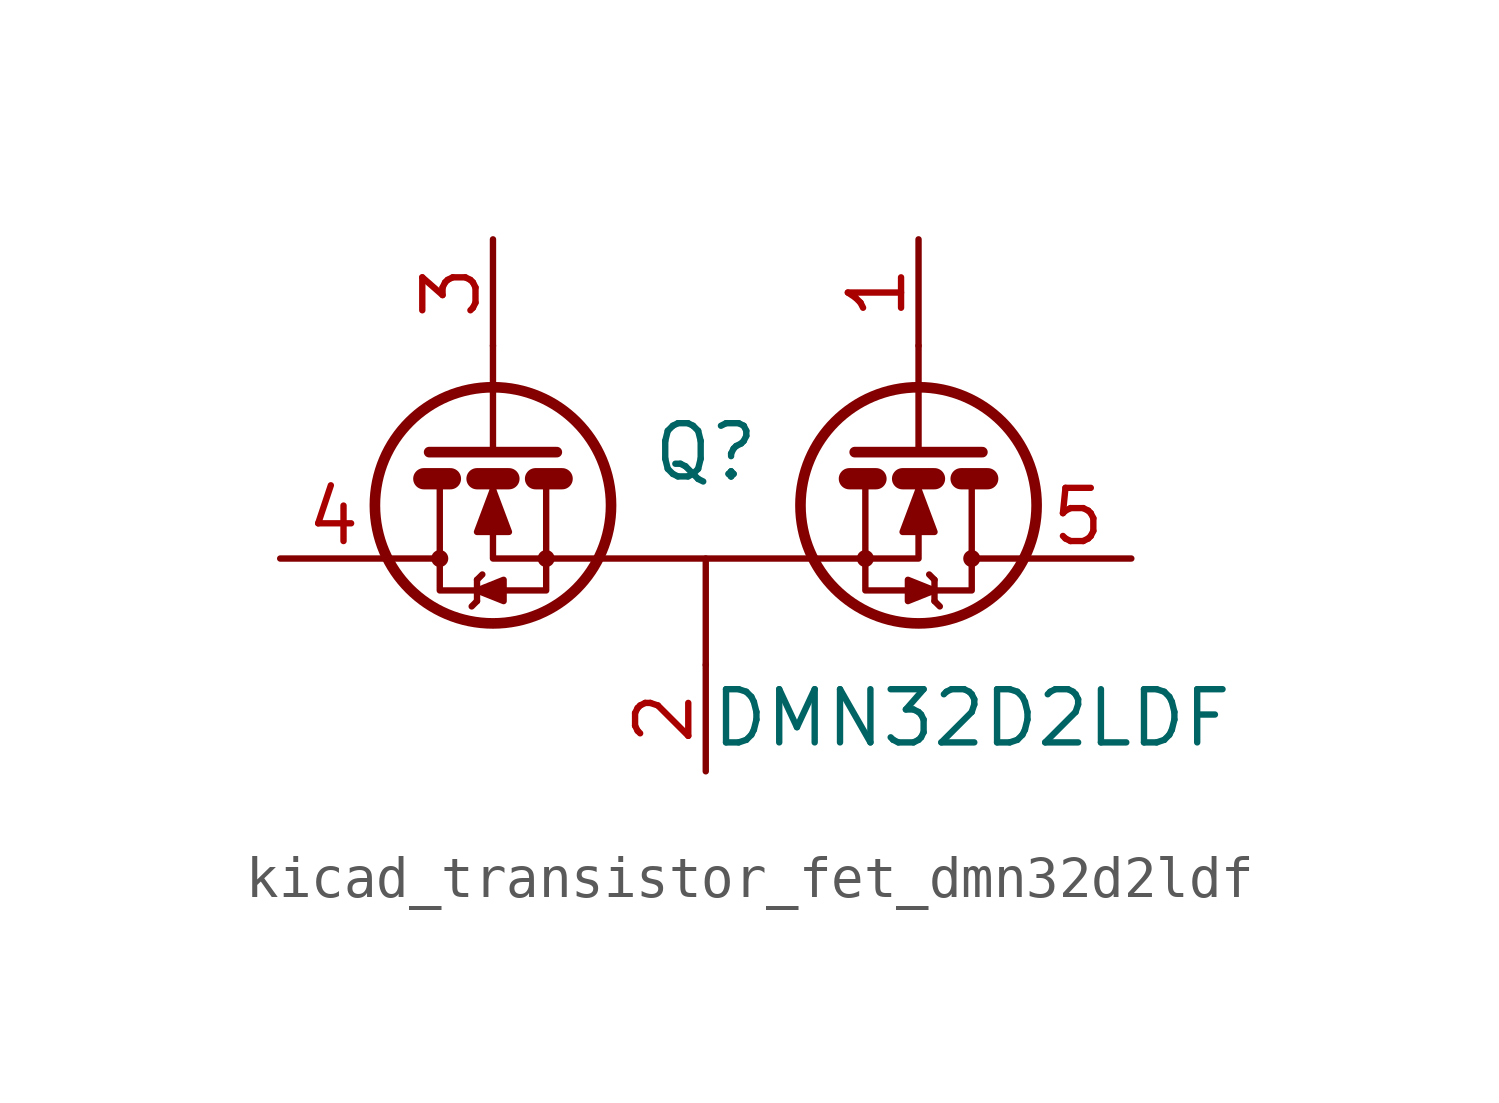
<source format=kicad_sym>
(kicad_symbol_lib
  (version 20220914)
  (generator kicad_symbol_editor)
  (symbol "kicad_transistor_fet_dmn32d2ldf"
    (pin_names hide)
    (property "Reference" "Q"
      (at 0 2.54 0)
      (effects (font (size 1.27 1.27))))
    (property "Value" "DMN32D2LDF"
      (at 6.35 -3.81 0)
      (effects (font (size 1.27 1.27))))
    (symbol "kicad_transistor_fet_dmn32d2ldf_0_1"
      (polyline (pts (xy -2.54 0) (xy 2.54 0)) (stroke (width 0) (type default)) (fill (type none)))
      (polyline (pts (xy 0 -2.54) (xy 0 0)) (stroke (width 0) (type default)) (fill (type none))))
    (symbol "kicad_transistor_fet_dmn32d2ldf_1_1"
      (circle (center -6.35 0) (radius 0.127) (stroke (width 0) (type default)) (fill (type none)))
      (circle (center -5.08 1.27) (radius 2.819) (stroke (width 0.254) (type default)) (fill (type none)))
      (circle (center -3.81 0) (radius 0.127) (stroke (width 0) (type default)) (fill (type none)))
      (polyline (pts (xy -6.731 1.905) (xy -6.096 1.905)) (stroke (width 0.508) (type default)) (fill (type none)))
      (polyline (pts (xy -5.461 -1.016) (xy -5.588 -1.143)) (stroke (width 0) (type default)) (fill (type none)))
      (polyline (pts (xy -5.461 -0.508) (xy -5.461 -1.016)) (stroke (width 0) (type default)) (fill (type none)))
      (polyline (pts (xy -5.461 -0.508) (xy -5.334 -0.381)) (stroke (width 0) (type default)) (fill (type none)))
      (polyline (pts (xy -5.461 1.905) (xy -4.699 1.905)) (stroke (width 0.508) (type default)) (fill (type none)))
      (polyline (pts (xy -5.08 2.54) (xy -5.08 5.08)) (stroke (width 0) (type default)) (fill (type none)))
      (polyline (pts (xy -4.064 1.905) (xy -3.429 1.905)) (stroke (width 0.508) (type default)) (fill (type none)))
      (polyline (pts (xy 4.064 1.905) (xy 3.429 1.905)) (stroke (width 0.508) (type default)) (fill (type none)))
      (polyline (pts (xy 5.08 2.54) (xy 5.08 5.08)) (stroke (width 0) (type default)) (fill (type none)))
      (polyline (pts (xy 5.461 -1.016) (xy 5.588 -1.143)) (stroke (width 0) (type default)) (fill (type none)))
      (polyline (pts (xy 5.461 -0.508) (xy 5.334 -0.381)) (stroke (width 0) (type default)) (fill (type none)))
      (polyline (pts (xy 5.461 -0.508) (xy 5.461 -1.016)) (stroke (width 0) (type default)) (fill (type none)))
      (polyline (pts (xy 5.461 1.905) (xy 4.699 1.905)) (stroke (width 0.508) (type default)) (fill (type none)))
      (polyline (pts (xy 6.731 1.905) (xy 6.096 1.905)) (stroke (width 0.508) (type default)) (fill (type none)))
      (polyline (pts (xy -6.604 2.54) (xy -3.556 2.54) (xy -3.556 2.54)) (stroke (width 0.254) (type default)) (fill (type none)))
      (polyline (pts (xy 6.604 2.54) (xy 3.556 2.54) (xy 3.556 2.54)) (stroke (width 0.254) (type default)) (fill (type none)))
      (polyline (pts (xy -6.35 0) (xy -6.35 -0.762) (xy -3.81 -0.762) (xy -3.81 0)) (stroke (width 0) (type default)) (fill (type none)))
      (polyline (pts (xy -6.35 1.778) (xy -6.35 0) (xy -7.62 0) (xy -7.62 0)) (stroke (width 0) (type default)) (fill (type none)))
      (polyline (pts (xy -5.461 -0.762) (xy -4.826 -0.508) (xy -4.826 -1.016) (xy -5.461 -0.762)) (stroke (width 0) (type default)) (fill (type outline)))
      (polyline (pts (xy -3.81 1.778) (xy -3.81 0) (xy -2.54 0) (xy -2.54 0)) (stroke (width 0) (type default)) (fill (type none)))
      (polyline (pts (xy 3.81 1.778) (xy 3.81 0) (xy 2.54 0) (xy 2.54 0)) (stroke (width 0) (type default)) (fill (type none)))
      (polyline (pts (xy 5.461 -0.762) (xy 4.826 -0.508) (xy 4.826 -1.016) (xy 5.461 -0.762)) (stroke (width 0) (type default)) (fill (type outline)))
      (polyline (pts (xy 6.35 0) (xy 6.35 -0.762) (xy 3.81 -0.762) (xy 3.81 0)) (stroke (width 0) (type default)) (fill (type none)))
      (polyline (pts (xy 6.35 1.778) (xy 6.35 0) (xy 7.62 0) (xy 7.62 0)) (stroke (width 0) (type default)) (fill (type none)))
      (polyline (pts (xy -5.08 1.778) (xy -5.08 1.27) (xy -5.08 0) (xy -3.81 0) (xy -3.81 0)) (stroke (width 0) (type default)) (fill (type none)))
      (polyline (pts (xy 5.08 1.778) (xy 5.08 1.27) (xy 5.08 0) (xy 3.81 0) (xy 3.81 0)) (stroke (width 0) (type default)) (fill (type none)))
      (polyline (pts (xy -5.08 1.651) (xy -5.461 0.635) (xy -4.699 0.635) (xy -5.08 1.651) (xy -5.08 1.524) (xy -5.08 1.524)) (stroke (width 0) (type default)) (fill (type outline)))
      (polyline (pts (xy 5.08 1.651) (xy 5.461 0.635) (xy 4.699 0.635) (xy 5.08 1.651) (xy 5.08 1.524) (xy 5.08 1.524)) (stroke (width 0) (type default)) (fill (type outline)))
      (circle (center 3.81 0) (radius 0.127) (stroke (width 0) (type default)) (fill (type none)))
      (circle (center 5.08 1.27) (radius 2.819) (stroke (width 0.254) (type default)) (fill (type none)))
      (circle (center 6.35 0) (radius 0.127) (stroke (width 0) (type default)) (fill (type none)))
      (pin input line (at 5.08 7.62 270) (length 2.54) (name "G1" (effects (font (size 1.27 1.27)))) (number "1" (effects (font (size 1.27 1.27)))))
      (pin passive line (at 0 -5.08 90) (length 2.54) (name "S" (effects (font (size 1.27 1.27)))) (number "2" (effects (font (size 1.27 1.27)))))
      (pin input line (at -5.08 7.62 270) (length 2.54) (name "G2" (effects (font (size 1.27 1.27)))) (number "3" (effects (font (size 1.27 1.27)))))
      (pin passive line (at -10.16 0 0) (length 2.54) (name "D2" (effects (font (size 1.27 1.27)))) (number "4" (effects (font (size 1.27 1.27)))))
      (pin passive line (at 10.16 0 180) (length 2.54) (name "D1" (effects (font (size 1.27 1.27)))) (number "5" (effects (font (size 1.27 1.27))))))))
</source>
